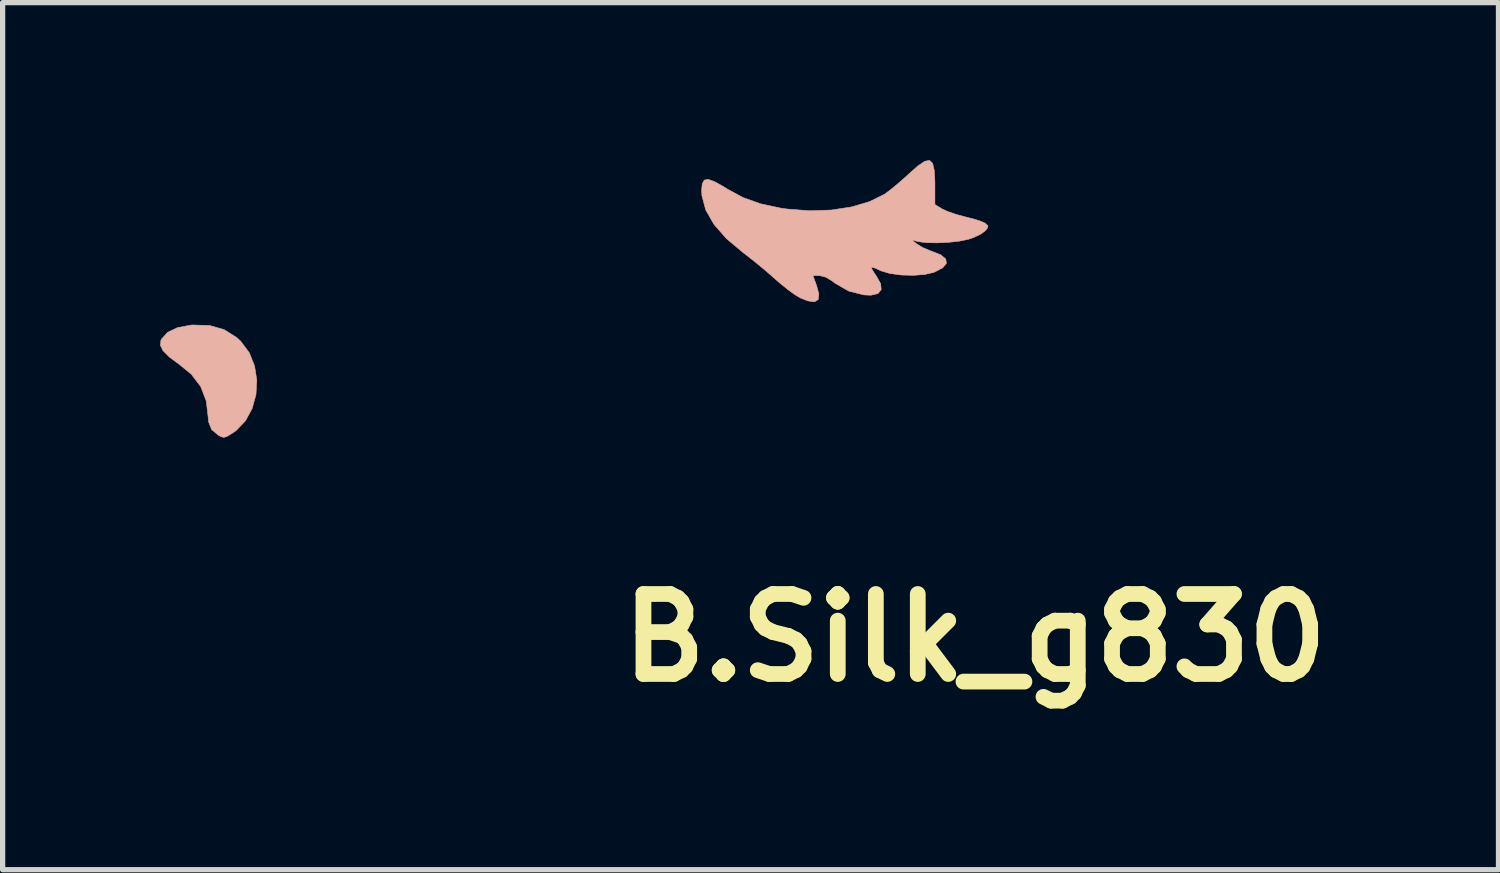
<source format=kicad_pcb>
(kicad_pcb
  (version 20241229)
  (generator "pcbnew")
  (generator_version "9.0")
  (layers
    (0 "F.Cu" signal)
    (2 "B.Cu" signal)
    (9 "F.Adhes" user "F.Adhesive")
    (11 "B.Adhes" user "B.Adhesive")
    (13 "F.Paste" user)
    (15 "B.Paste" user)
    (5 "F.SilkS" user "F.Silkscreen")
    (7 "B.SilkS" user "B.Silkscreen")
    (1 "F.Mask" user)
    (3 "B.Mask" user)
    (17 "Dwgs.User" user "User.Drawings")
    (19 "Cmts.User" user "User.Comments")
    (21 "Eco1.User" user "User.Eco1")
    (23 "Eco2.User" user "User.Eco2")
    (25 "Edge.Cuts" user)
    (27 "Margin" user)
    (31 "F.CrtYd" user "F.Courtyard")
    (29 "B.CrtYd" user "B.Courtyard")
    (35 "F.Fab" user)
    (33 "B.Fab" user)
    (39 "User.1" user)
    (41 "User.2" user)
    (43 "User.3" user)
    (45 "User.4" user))
  (footprint "B.Silk_g830"
    (layer "F.Cu")
    (at 15.522 9.1)
    (property "Reference" "B.Silk_g830" (at 0 0 0) (layer "F.SilkS") (effects (font (size 1.524 1.524) (thickness 0.3))))
    (attr through_hole)
    (fp_poly (pts (xy -14.58 -5.95) (xy -14.303 -5.871) (xy -14.063 -5.72) (xy -13.987 -5.65) (xy -13.824 -5.432) (xy -13.722 -5.179) (xy -13.68 -4.907) (xy -13.696 -4.631) (xy -13.769 -4.367) (xy -13.896 -4.133) (xy -14.077 -3.945) (xy -14.155 -3.891) (xy -14.252 -3.834) (xy -14.311 -3.817) (xy -14.367 -3.834) (xy -14.415 -3.861) (xy -14.541 -3.967) (xy -14.598 -4.111) (xy -14.605 -4.191) (xy -14.643 -4.511) (xy -14.748 -4.785) (xy -14.926 -5.019) (xy -15.155 -5.207) (xy -15.347 -5.349) (xy -15.466 -5.469) (xy -15.517 -5.573) (xy -15.506 -5.67) (xy -15.497 -5.689) (xy -15.379 -5.819) (xy -15.19 -5.909) (xy -14.932 -5.957) (xy -14.901 -5.959) (xy -14.58 -5.95)) (stroke (width 0.01) (type solid)) (fill yes) (layer "B.SilkS"))
    (fp_poly (pts (xy -0.805 -9.038) (xy -0.774 -8.905) (xy -0.762 -8.692) (xy -0.762 -8.627) (xy -0.762 -8.254) (xy -0.625 -8.17) (xy -0.513 -8.119) (xy -0.353 -8.064) (xy -0.184 -8.019) (xy -0.023 -7.978) (xy 0.113 -7.935) (xy 0.195 -7.897) (xy 0.197 -7.895) (xy 0.248 -7.851) (xy 0.241 -7.808) (xy 0.193 -7.75) (xy 0.107 -7.688) (xy -0.026 -7.625) (xy -0.122 -7.592) (xy -0.294 -7.557) (xy -0.505 -7.533) (xy -0.727 -7.523) (xy -0.929 -7.527) (xy -1.083 -7.548) (xy -1.101 -7.552) (xy -1.206 -7.583) (xy -1.103 -7.5) (xy -0.993 -7.433) (xy -0.855 -7.375) (xy -0.828 -7.366) (xy -0.651 -7.296) (xy -0.555 -7.216) (xy -0.543 -7.132) (xy -0.614 -7.048) (xy -0.769 -6.967) (xy -0.782 -6.962) (xy -0.955 -6.921) (xy -1.173 -6.905) (xy -1.406 -6.911) (xy -1.622 -6.941) (xy -1.791 -6.991) (xy -1.814 -7.002) (xy -1.909 -7.046) (xy -1.967 -7.061) (xy -1.972 -7.059) (xy -1.96 -7.018) (xy -1.909 -6.936) (xy -1.883 -6.9) (xy -1.796 -6.747) (xy -1.785 -6.632) (xy -1.847 -6.557) (xy -1.981 -6.526) (xy -2.115 -6.532) (xy -2.404 -6.605) (xy -2.665 -6.755) (xy -2.723 -6.8) (xy -2.838 -6.869) (xy -2.956 -6.9) (xy -2.965 -6.9) (xy -3.086 -6.9) (xy -3.018 -6.716) (xy -2.973 -6.549) (xy -2.985 -6.444) (xy -3.055 -6.4) (xy -3.183 -6.418) (xy -3.323 -6.473) (xy -3.431 -6.537) (xy -3.574 -6.642) (xy -3.73 -6.769) (xy -3.797 -6.828) (xy -3.978 -6.987) (xy -4.185 -7.158) (xy -4.378 -7.309) (xy -4.415 -7.337) (xy -4.733 -7.604) (xy -4.97 -7.875) (xy -5.127 -8.148) (xy -5.2 -8.421) (xy -5.206 -8.52) (xy -5.195 -8.648) (xy -5.156 -8.719) (xy -5.08 -8.733) (xy -4.959 -8.69) (xy -4.784 -8.592) (xy -4.72 -8.551) (xy -4.422 -8.389) (xy -4.091 -8.27) (xy -3.709 -8.187) (xy -3.577 -8.168) (xy -3.151 -8.135) (xy -2.737 -8.149) (xy -2.351 -8.208) (xy -2.008 -8.309) (xy -1.725 -8.449) (xy -1.717 -8.454) (xy -1.609 -8.534) (xy -1.466 -8.652) (xy -1.313 -8.786) (xy -1.264 -8.832) (xy -1.086 -8.99) (xy -0.955 -9.078) (xy -0.863 -9.095) (xy -0.805 -9.038)) (stroke (width 0.01) (type solid)) (fill yes) (layer "B.SilkS")))
  (gr_rect
    (start -3 -3)
    (end 25.496 13.518)
    (stroke (width 0.1) (type default))
    (fill no)
    (layer "Edge.Cuts")))
</source>
